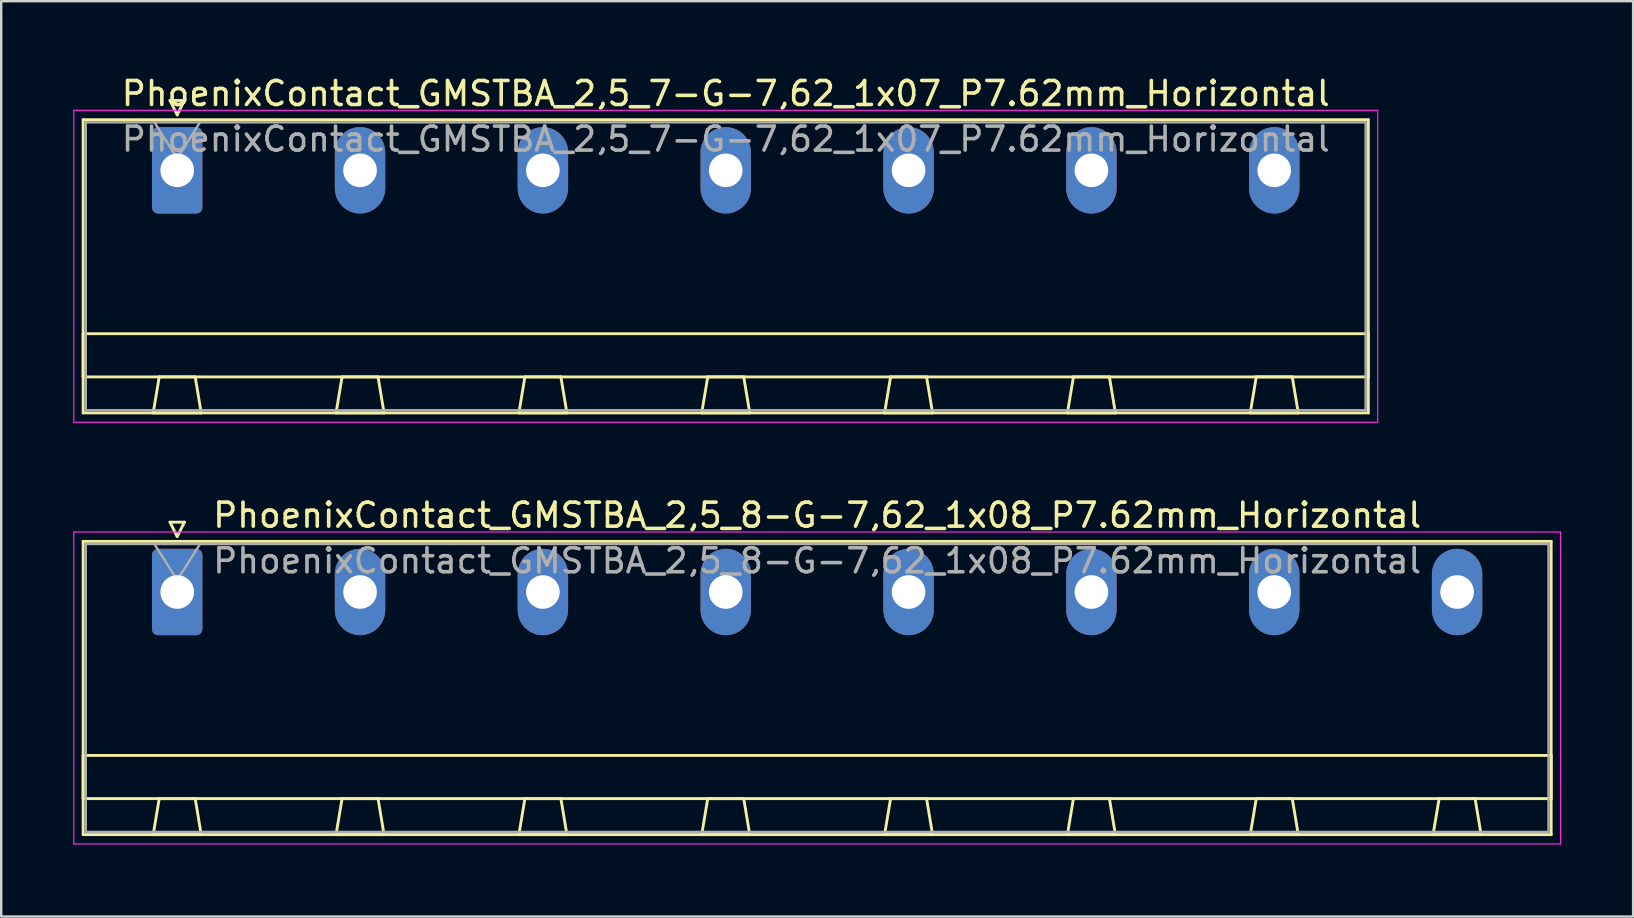
<source format=kicad_pcb>
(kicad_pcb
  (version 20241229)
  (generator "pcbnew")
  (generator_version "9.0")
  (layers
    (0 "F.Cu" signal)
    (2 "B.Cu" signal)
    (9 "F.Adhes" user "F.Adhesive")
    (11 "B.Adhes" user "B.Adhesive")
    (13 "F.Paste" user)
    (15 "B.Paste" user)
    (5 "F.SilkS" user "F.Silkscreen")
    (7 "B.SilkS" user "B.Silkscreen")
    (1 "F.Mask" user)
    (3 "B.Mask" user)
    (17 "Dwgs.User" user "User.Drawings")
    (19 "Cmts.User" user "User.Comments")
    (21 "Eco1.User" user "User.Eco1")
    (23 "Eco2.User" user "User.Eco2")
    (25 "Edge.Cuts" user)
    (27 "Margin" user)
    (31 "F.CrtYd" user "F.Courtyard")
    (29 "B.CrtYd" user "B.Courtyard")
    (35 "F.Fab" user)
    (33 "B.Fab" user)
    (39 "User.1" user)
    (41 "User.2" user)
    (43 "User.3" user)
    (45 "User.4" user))
  (footprint "PhoenixContact_GMSTBA_2,5_8-G-7,62_1x08_P7.62mm_Horizontal"
    (layer "F.Cu")
    (at 4.335 21.622)
    (property "Reference" "PhoenixContact_GMSTBA_2,5_8-G-7,62_1x08_P7.62mm_Horizontal" (at 26.67 -3.2 0) (layer "F.SilkS") (effects (font (size 1 1) (thickness 0.15))))
    (attr through_hole)
    (fp_line (start -3.92 -2.11) (end -3.92 10.11) (stroke (width 0.12) (type solid)) (layer "F.SilkS"))
    (fp_line (start -3.92 6.81) (end 57.26 6.81) (stroke (width 0.12) (type solid)) (layer "F.SilkS"))
    (fp_line (start -3.92 8.61) (end -3.92 6.81) (stroke (width 0.12) (type solid)) (layer "F.SilkS"))
    (fp_line (start -3.92 10.11) (end 57.26 10.11) (stroke (width 0.12) (type solid)) (layer "F.SilkS"))
    (fp_line (start -1 10.11) (end 1 10.11) (stroke (width 0.12) (type solid)) (layer "F.SilkS"))
    (fp_line (start -0.75 8.61) (end -1 10.11) (stroke (width 0.12) (type solid)) (layer "F.SilkS"))
    (fp_line (start -0.3 -2.91) (end 0.3 -2.91) (stroke (width 0.12) (type solid)) (layer "F.SilkS"))
    (fp_line (start 0 -2.31) (end -0.3 -2.91) (stroke (width 0.12) (type solid)) (layer "F.SilkS"))
    (fp_line (start 0.3 -2.91) (end 0 -2.31) (stroke (width 0.12) (type solid)) (layer "F.SilkS"))
    (fp_line (start 0.75 8.61) (end -0.75 8.61) (stroke (width 0.12) (type solid)) (layer "F.SilkS"))
    (fp_line (start 1 10.11) (end 0.75 8.61) (stroke (width 0.12) (type solid)) (layer "F.SilkS"))
    (fp_line (start 6.62 10.11) (end 8.62 10.11) (stroke (width 0.12) (type solid)) (layer "F.SilkS"))
    (fp_line (start 6.87 8.61) (end 6.62 10.11) (stroke (width 0.12) (type solid)) (layer "F.SilkS"))
    (fp_line (start 8.37 8.61) (end 6.87 8.61) (stroke (width 0.12) (type solid)) (layer "F.SilkS"))
    (fp_line (start 8.62 10.11) (end 8.37 8.61) (stroke (width 0.12) (type solid)) (layer "F.SilkS"))
    (fp_line (start 14.24 10.11) (end 16.24 10.11) (stroke (width 0.12) (type solid)) (layer "F.SilkS"))
    (fp_line (start 14.49 8.61) (end 14.24 10.11) (stroke (width 0.12) (type solid)) (layer "F.SilkS"))
    (fp_line (start 15.99 8.61) (end 14.49 8.61) (stroke (width 0.12) (type solid)) (layer "F.SilkS"))
    (fp_line (start 16.24 10.11) (end 15.99 8.61) (stroke (width 0.12) (type solid)) (layer "F.SilkS"))
    (fp_line (start 21.86 10.11) (end 23.86 10.11) (stroke (width 0.12) (type solid)) (layer "F.SilkS"))
    (fp_line (start 22.11 8.61) (end 21.86 10.11) (stroke (width 0.12) (type solid)) (layer "F.SilkS"))
    (fp_line (start 23.61 8.61) (end 22.11 8.61) (stroke (width 0.12) (type solid)) (layer "F.SilkS"))
    (fp_line (start 23.86 10.11) (end 23.61 8.61) (stroke (width 0.12) (type solid)) (layer "F.SilkS"))
    (fp_line (start 29.48 10.11) (end 31.48 10.11) (stroke (width 0.12) (type solid)) (layer "F.SilkS"))
    (fp_line (start 29.73 8.61) (end 29.48 10.11) (stroke (width 0.12) (type solid)) (layer "F.SilkS"))
    (fp_line (start 31.23 8.61) (end 29.73 8.61) (stroke (width 0.12) (type solid)) (layer "F.SilkS"))
    (fp_line (start 31.48 10.11) (end 31.23 8.61) (stroke (width 0.12) (type solid)) (layer "F.SilkS"))
    (fp_line (start 37.1 10.11) (end 39.1 10.11) (stroke (width 0.12) (type solid)) (layer "F.SilkS"))
    (fp_line (start 37.35 8.61) (end 37.1 10.11) (stroke (width 0.12) (type solid)) (layer "F.SilkS"))
    (fp_line (start 38.85 8.61) (end 37.35 8.61) (stroke (width 0.12) (type solid)) (layer "F.SilkS"))
    (fp_line (start 39.1 10.11) (end 38.85 8.61) (stroke (width 0.12) (type solid)) (layer "F.SilkS"))
    (fp_line (start 44.72 10.11) (end 46.72 10.11) (stroke (width 0.12) (type solid)) (layer "F.SilkS"))
    (fp_line (start 44.97 8.61) (end 44.72 10.11) (stroke (width 0.12) (type solid)) (layer "F.SilkS"))
    (fp_line (start 46.47 8.61) (end 44.97 8.61) (stroke (width 0.12) (type solid)) (layer "F.SilkS"))
    (fp_line (start 46.72 10.11) (end 46.47 8.61) (stroke (width 0.12) (type solid)) (layer "F.SilkS"))
    (fp_line (start 52.34 10.11) (end 54.34 10.11) (stroke (width 0.12) (type solid)) (layer "F.SilkS"))
    (fp_line (start 52.59 8.61) (end 52.34 10.11) (stroke (width 0.12) (type solid)) (layer "F.SilkS"))
    (fp_line (start 54.09 8.61) (end 52.59 8.61) (stroke (width 0.12) (type solid)) (layer "F.SilkS"))
    (fp_line (start 54.34 10.11) (end 54.09 8.61) (stroke (width 0.12) (type solid)) (layer "F.SilkS"))
    (fp_line (start 57.26 -2.11) (end -3.92 -2.11) (stroke (width 0.12) (type solid)) (layer "F.SilkS"))
    (fp_line (start 57.26 6.81) (end 57.26 8.61) (stroke (width 0.12) (type solid)) (layer "F.SilkS"))
    (fp_line (start 57.26 8.61) (end -3.92 8.61) (stroke (width 0.12) (type solid)) (layer "F.SilkS"))
    (fp_line (start 57.26 10.11) (end 57.26 -2.11) (stroke (width 0.12) (type solid)) (layer "F.SilkS"))
    (fp_line (start -4.31 -2.5) (end -4.31 10.5) (stroke (width 0.05) (type solid)) (layer "F.CrtYd"))
    (fp_line (start -4.31 10.5) (end 57.65 10.5) (stroke (width 0.05) (type solid)) (layer "F.CrtYd"))
    (fp_line (start 57.65 -2.5) (end -4.31 -2.5) (stroke (width 0.05) (type solid)) (layer "F.CrtYd"))
    (fp_line (start 57.65 10.5) (end 57.65 -2.5) (stroke (width 0.05) (type solid)) (layer "F.CrtYd"))
    (fp_line (start -3.81 -2) (end -3.81 10) (stroke (width 0.1) (type solid)) (layer "F.Fab"))
    (fp_line (start -3.81 10) (end 57.15 10) (stroke (width 0.1) (type solid)) (layer "F.Fab"))
    (fp_line (start 0 -0.5) (end -0.95 -2) (stroke (width 0.1) (type solid)) (layer "F.Fab"))
    (fp_line (start 0.95 -2) (end 0 -0.5) (stroke (width 0.1) (type solid)) (layer "F.Fab"))
    (fp_line (start 57.15 -2) (end -3.81 -2) (stroke (width 0.1) (type solid)) (layer "F.Fab"))
    (fp_line (start 57.15 10) (end 57.15 -2) (stroke (width 0.1) (type solid)) (layer "F.Fab"))
    (fp_text user "${REFERENCE}" (at 26.67 -1.3 0) (layer "F.Fab") (effects (font (size 1 1) (thickness 0.15))))
    (pad "1" thru_hole roundrect (at 0 0) (size 2.1 3.6) (drill 1.4) (layers "*.Cu" "*.Mask") (roundrect_rratio 0.119))
    (pad "2" thru_hole oval (at 7.62 0) (size 2.1 3.6) (drill 1.4) (layers "*.Cu" "*.Mask"))
    (pad "3" thru_hole oval (at 15.24 0) (size 2.1 3.6) (drill 1.4) (layers "*.Cu" "*.Mask"))
    (pad "4" thru_hole oval (at 22.86 0) (size 2.1 3.6) (drill 1.4) (layers "*.Cu" "*.Mask"))
    (pad "5" thru_hole oval (at 30.48 0) (size 2.1 3.6) (drill 1.4) (layers "*.Cu" "*.Mask"))
    (pad "6" thru_hole oval (at 38.1 0) (size 2.1 3.6) (drill 1.4) (layers "*.Cu" "*.Mask"))
    (pad "7" thru_hole oval (at 45.72 0) (size 2.1 3.6) (drill 1.4) (layers "*.Cu" "*.Mask"))
    (pad "8" thru_hole oval (at 53.34 0) (size 2.1 3.6) (drill 1.4) (layers "*.Cu" "*.Mask")))
  (footprint "PhoenixContact_GMSTBA_2,5_7-G-7,62_1x07_P7.62mm_Horizontal"
    (layer "F.Cu")
    (at 4.335 4.048)
    (property "Reference" "PhoenixContact_GMSTBA_2,5_7-G-7,62_1x07_P7.62mm_Horizontal" (at 22.86 -3.2 0) (layer "F.SilkS") (effects (font (size 1 1) (thickness 0.15))))
    (attr through_hole)
    (fp_line (start -3.92 -2.11) (end -3.92 10.11) (stroke (width 0.12) (type solid)) (layer "F.SilkS"))
    (fp_line (start -3.92 6.81) (end 49.64 6.81) (stroke (width 0.12) (type solid)) (layer "F.SilkS"))
    (fp_line (start -3.92 8.61) (end -3.92 6.81) (stroke (width 0.12) (type solid)) (layer "F.SilkS"))
    (fp_line (start -3.92 10.11) (end 49.64 10.11) (stroke (width 0.12) (type solid)) (layer "F.SilkS"))
    (fp_line (start -1 10.11) (end 1 10.11) (stroke (width 0.12) (type solid)) (layer "F.SilkS"))
    (fp_line (start -0.75 8.61) (end -1 10.11) (stroke (width 0.12) (type solid)) (layer "F.SilkS"))
    (fp_line (start -0.3 -2.91) (end 0.3 -2.91) (stroke (width 0.12) (type solid)) (layer "F.SilkS"))
    (fp_line (start 0 -2.31) (end -0.3 -2.91) (stroke (width 0.12) (type solid)) (layer "F.SilkS"))
    (fp_line (start 0.3 -2.91) (end 0 -2.31) (stroke (width 0.12) (type solid)) (layer "F.SilkS"))
    (fp_line (start 0.75 8.61) (end -0.75 8.61) (stroke (width 0.12) (type solid)) (layer "F.SilkS"))
    (fp_line (start 1 10.11) (end 0.75 8.61) (stroke (width 0.12) (type solid)) (layer "F.SilkS"))
    (fp_line (start 6.62 10.11) (end 8.62 10.11) (stroke (width 0.12) (type solid)) (layer "F.SilkS"))
    (fp_line (start 6.87 8.61) (end 6.62 10.11) (stroke (width 0.12) (type solid)) (layer "F.SilkS"))
    (fp_line (start 8.37 8.61) (end 6.87 8.61) (stroke (width 0.12) (type solid)) (layer "F.SilkS"))
    (fp_line (start 8.62 10.11) (end 8.37 8.61) (stroke (width 0.12) (type solid)) (layer "F.SilkS"))
    (fp_line (start 14.24 10.11) (end 16.24 10.11) (stroke (width 0.12) (type solid)) (layer "F.SilkS"))
    (fp_line (start 14.49 8.61) (end 14.24 10.11) (stroke (width 0.12) (type solid)) (layer "F.SilkS"))
    (fp_line (start 15.99 8.61) (end 14.49 8.61) (stroke (width 0.12) (type solid)) (layer "F.SilkS"))
    (fp_line (start 16.24 10.11) (end 15.99 8.61) (stroke (width 0.12) (type solid)) (layer "F.SilkS"))
    (fp_line (start 21.86 10.11) (end 23.86 10.11) (stroke (width 0.12) (type solid)) (layer "F.SilkS"))
    (fp_line (start 22.11 8.61) (end 21.86 10.11) (stroke (width 0.12) (type solid)) (layer "F.SilkS"))
    (fp_line (start 23.61 8.61) (end 22.11 8.61) (stroke (width 0.12) (type solid)) (layer "F.SilkS"))
    (fp_line (start 23.86 10.11) (end 23.61 8.61) (stroke (width 0.12) (type solid)) (layer "F.SilkS"))
    (fp_line (start 29.48 10.11) (end 31.48 10.11) (stroke (width 0.12) (type solid)) (layer "F.SilkS"))
    (fp_line (start 29.73 8.61) (end 29.48 10.11) (stroke (width 0.12) (type solid)) (layer "F.SilkS"))
    (fp_line (start 31.23 8.61) (end 29.73 8.61) (stroke (width 0.12) (type solid)) (layer "F.SilkS"))
    (fp_line (start 31.48 10.11) (end 31.23 8.61) (stroke (width 0.12) (type solid)) (layer "F.SilkS"))
    (fp_line (start 37.1 10.11) (end 39.1 10.11) (stroke (width 0.12) (type solid)) (layer "F.SilkS"))
    (fp_line (start 37.35 8.61) (end 37.1 10.11) (stroke (width 0.12) (type solid)) (layer "F.SilkS"))
    (fp_line (start 38.85 8.61) (end 37.35 8.61) (stroke (width 0.12) (type solid)) (layer "F.SilkS"))
    (fp_line (start 39.1 10.11) (end 38.85 8.61) (stroke (width 0.12) (type solid)) (layer "F.SilkS"))
    (fp_line (start 44.72 10.11) (end 46.72 10.11) (stroke (width 0.12) (type solid)) (layer "F.SilkS"))
    (fp_line (start 44.97 8.61) (end 44.72 10.11) (stroke (width 0.12) (type solid)) (layer "F.SilkS"))
    (fp_line (start 46.47 8.61) (end 44.97 8.61) (stroke (width 0.12) (type solid)) (layer "F.SilkS"))
    (fp_line (start 46.72 10.11) (end 46.47 8.61) (stroke (width 0.12) (type solid)) (layer "F.SilkS"))
    (fp_line (start 49.64 -2.11) (end -3.92 -2.11) (stroke (width 0.12) (type solid)) (layer "F.SilkS"))
    (fp_line (start 49.64 6.81) (end 49.64 8.61) (stroke (width 0.12) (type solid)) (layer "F.SilkS"))
    (fp_line (start 49.64 8.61) (end -3.92 8.61) (stroke (width 0.12) (type solid)) (layer "F.SilkS"))
    (fp_line (start 49.64 10.11) (end 49.64 -2.11) (stroke (width 0.12) (type solid)) (layer "F.SilkS"))
    (fp_line (start -4.31 -2.5) (end -4.31 10.5) (stroke (width 0.05) (type solid)) (layer "F.CrtYd"))
    (fp_line (start -4.31 10.5) (end 50.03 10.5) (stroke (width 0.05) (type solid)) (layer "F.CrtYd"))
    (fp_line (start 50.03 -2.5) (end -4.31 -2.5) (stroke (width 0.05) (type solid)) (layer "F.CrtYd"))
    (fp_line (start 50.03 10.5) (end 50.03 -2.5) (stroke (width 0.05) (type solid)) (layer "F.CrtYd"))
    (fp_line (start -3.81 -2) (end -3.81 10) (stroke (width 0.1) (type solid)) (layer "F.Fab"))
    (fp_line (start -3.81 10) (end 49.53 10) (stroke (width 0.1) (type solid)) (layer "F.Fab"))
    (fp_line (start 0 -0.5) (end -0.95 -2) (stroke (width 0.1) (type solid)) (layer "F.Fab"))
    (fp_line (start 0.95 -2) (end 0 -0.5) (stroke (width 0.1) (type solid)) (layer "F.Fab"))
    (fp_line (start 49.53 -2) (end -3.81 -2) (stroke (width 0.1) (type solid)) (layer "F.Fab"))
    (fp_line (start 49.53 10) (end 49.53 -2) (stroke (width 0.1) (type solid)) (layer "F.Fab"))
    (fp_text user "${REFERENCE}" (at 22.86 -1.3 0) (layer "F.Fab") (effects (font (size 1 1) (thickness 0.15))))
    (pad "1" thru_hole roundrect (at 0 0) (size 2.1 3.6) (drill 1.4) (layers "*.Cu" "*.Mask") (roundrect_rratio 0.119))
    (pad "2" thru_hole oval (at 7.62 0) (size 2.1 3.6) (drill 1.4) (layers "*.Cu" "*.Mask"))
    (pad "3" thru_hole oval (at 15.24 0) (size 2.1 3.6) (drill 1.4) (layers "*.Cu" "*.Mask"))
    (pad "4" thru_hole oval (at 22.86 0) (size 2.1 3.6) (drill 1.4) (layers "*.Cu" "*.Mask"))
    (pad "5" thru_hole oval (at 30.48 0) (size 2.1 3.6) (drill 1.4) (layers "*.Cu" "*.Mask"))
    (pad "6" thru_hole oval (at 38.1 0) (size 2.1 3.6) (drill 1.4) (layers "*.Cu" "*.Mask"))
    (pad "7" thru_hole oval (at 45.72 0) (size 2.1 3.6) (drill 1.4) (layers "*.Cu" "*.Mask")))
  (gr_rect
    (start -3 -3)
    (end 65.01 35.147)
    (stroke (width 0.1) (type default))
    (fill no)
    (layer "Edge.Cuts")))
</source>
